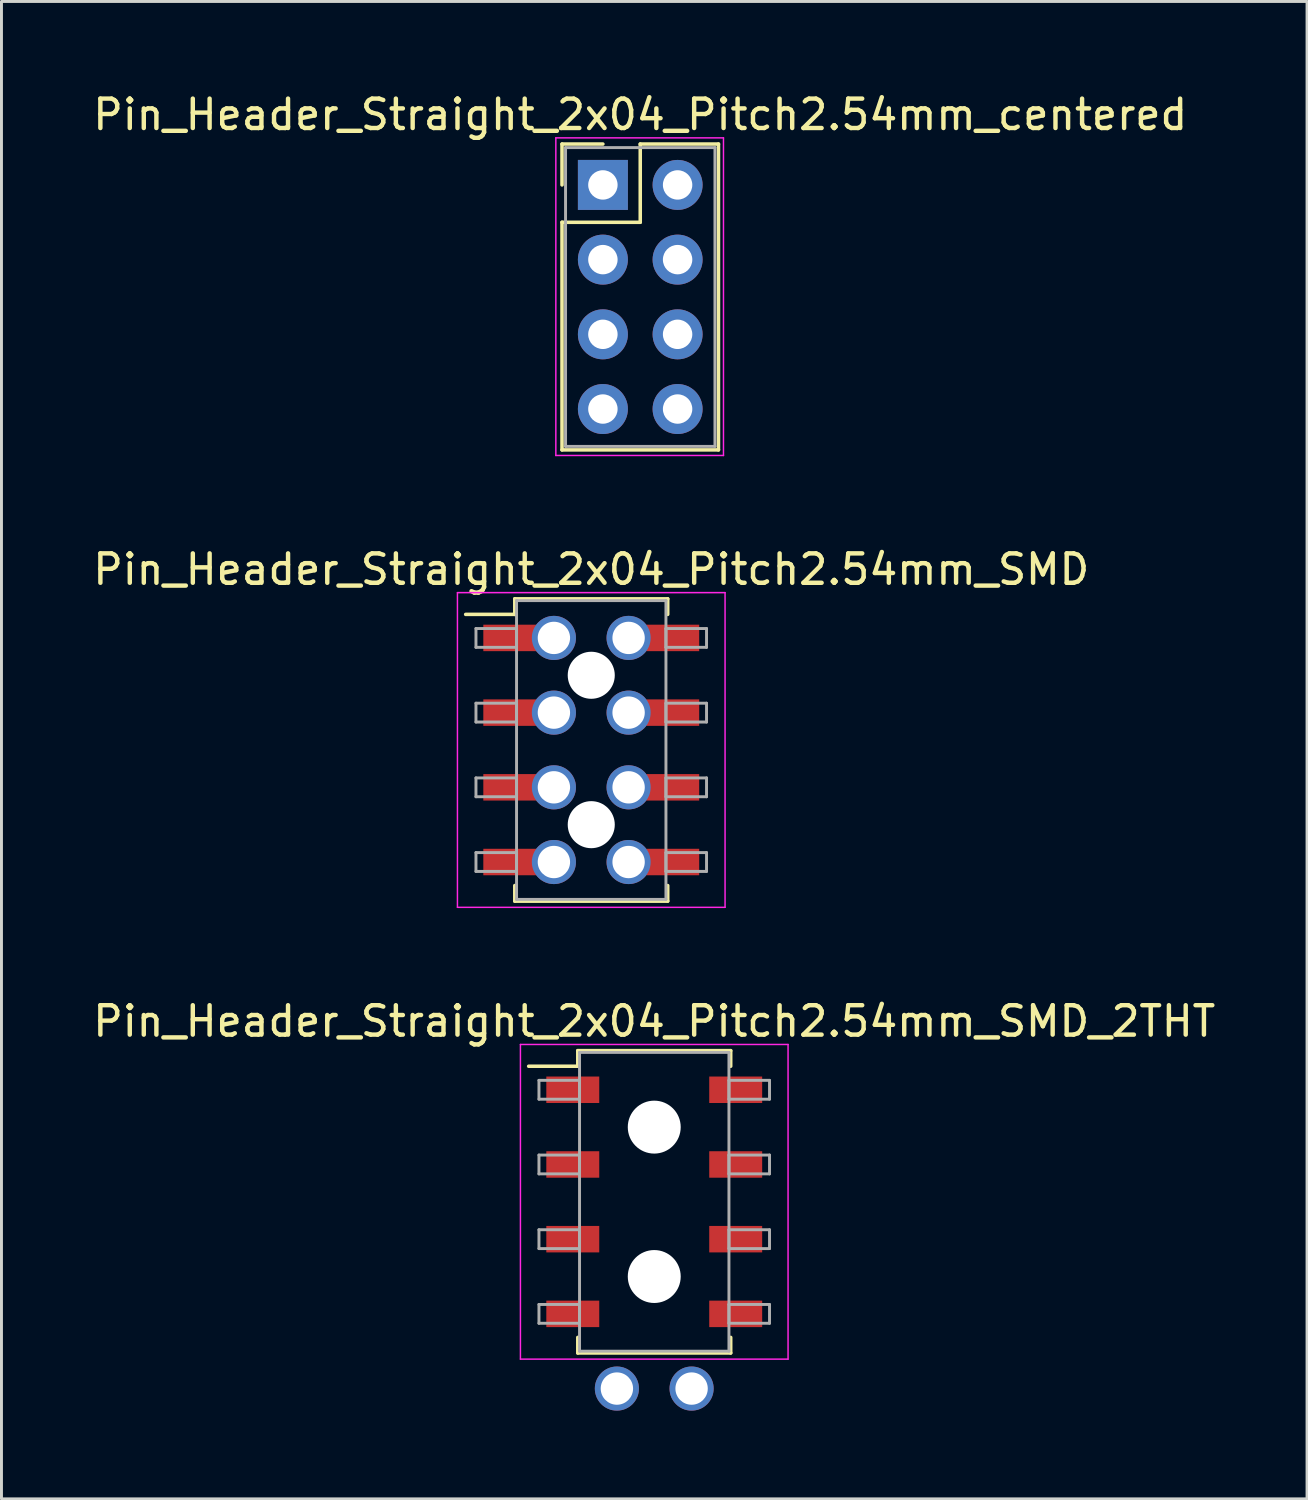
<source format=kicad_pcb>
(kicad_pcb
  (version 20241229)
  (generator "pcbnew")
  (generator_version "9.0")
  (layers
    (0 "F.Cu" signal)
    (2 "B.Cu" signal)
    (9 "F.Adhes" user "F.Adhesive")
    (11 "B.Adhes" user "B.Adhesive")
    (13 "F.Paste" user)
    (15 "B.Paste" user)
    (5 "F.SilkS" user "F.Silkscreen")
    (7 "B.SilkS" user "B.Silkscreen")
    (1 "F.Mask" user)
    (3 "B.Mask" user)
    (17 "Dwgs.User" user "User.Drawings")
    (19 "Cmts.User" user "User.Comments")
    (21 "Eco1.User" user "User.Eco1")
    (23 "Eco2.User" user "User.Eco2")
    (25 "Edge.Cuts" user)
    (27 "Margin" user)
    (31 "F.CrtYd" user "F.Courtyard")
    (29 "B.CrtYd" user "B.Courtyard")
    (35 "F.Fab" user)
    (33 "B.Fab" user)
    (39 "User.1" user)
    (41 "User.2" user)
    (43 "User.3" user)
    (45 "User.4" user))
  (footprint "Pin_Header_Straight_2x04_Pitch2.54mm_SMD_2THT"
    (layer "F.Cu")
    (at 19.196 37.815)
    (property "Reference" "Pin_Header_Straight_2x04_Pitch2.54mm_SMD_2THT" (at 0 -6.14 0) (layer "F.SilkS") (effects (font (size 1 1) (thickness 0.15))))
    (attr smd)
    (fp_line (start -4.27 -4.61) (end -2.6 -4.61) (stroke (width 0.12) (type solid)) (layer "F.SilkS"))
    (fp_line (start -2.6 -5.14) (end 2.6 -5.14) (stroke (width 0.12) (type solid)) (layer "F.SilkS"))
    (fp_line (start -2.6 -4.61) (end -2.6 -5.14) (stroke (width 0.12) (type solid)) (layer "F.SilkS"))
    (fp_line (start -2.6 4.61) (end -2.6 5.14) (stroke (width 0.12) (type solid)) (layer "F.SilkS"))
    (fp_line (start -2.6 5.14) (end 2.6 5.14) (stroke (width 0.12) (type solid)) (layer "F.SilkS"))
    (fp_line (start 2.6 -5.14) (end 2.6 -4.61) (stroke (width 0.12) (type solid)) (layer "F.SilkS"))
    (fp_line (start 2.6 5.14) (end 2.6 4.61) (stroke (width 0.12) (type solid)) (layer "F.SilkS"))
    (fp_line (start -4.55 -5.35) (end -4.55 5.35) (stroke (width 0.05) (type solid)) (layer "F.CrtYd"))
    (fp_line (start -4.55 5.35) (end 4.55 5.35) (stroke (width 0.05) (type solid)) (layer "F.CrtYd"))
    (fp_line (start 4.55 -5.35) (end -4.55 -5.35) (stroke (width 0.05) (type solid)) (layer "F.CrtYd"))
    (fp_line (start 4.55 5.35) (end 4.55 -5.35) (stroke (width 0.05) (type solid)) (layer "F.CrtYd"))
    (fp_line (start -3.92 -4.13) (end -2.54 -4.13) (stroke (width 0.1) (type solid)) (layer "F.Fab"))
    (fp_line (start -3.92 -3.49) (end -3.92 -4.13) (stroke (width 0.1) (type solid)) (layer "F.Fab"))
    (fp_line (start -3.92 -1.59) (end -2.54 -1.59) (stroke (width 0.1) (type solid)) (layer "F.Fab"))
    (fp_line (start -3.92 -0.95) (end -3.92 -1.59) (stroke (width 0.1) (type solid)) (layer "F.Fab"))
    (fp_line (start -3.92 0.95) (end -2.54 0.95) (stroke (width 0.1) (type solid)) (layer "F.Fab"))
    (fp_line (start -3.92 1.59) (end -3.92 0.95) (stroke (width 0.1) (type solid)) (layer "F.Fab"))
    (fp_line (start -3.92 3.49) (end -2.54 3.49) (stroke (width 0.1) (type solid)) (layer "F.Fab"))
    (fp_line (start -3.92 4.13) (end -3.92 3.49) (stroke (width 0.1) (type solid)) (layer "F.Fab"))
    (fp_line (start -2.54 -5.08) (end -2.54 5.08) (stroke (width 0.1) (type solid)) (layer "F.Fab"))
    (fp_line (start -2.54 -4.13) (end -2.54 -3.49) (stroke (width 0.1) (type solid)) (layer "F.Fab"))
    (fp_line (start -2.54 -3.49) (end -3.92 -3.49) (stroke (width 0.1) (type solid)) (layer "F.Fab"))
    (fp_line (start -2.54 -1.59) (end -2.54 -0.95) (stroke (width 0.1) (type solid)) (layer "F.Fab"))
    (fp_line (start -2.54 -0.95) (end -3.92 -0.95) (stroke (width 0.1) (type solid)) (layer "F.Fab"))
    (fp_line (start -2.54 0.95) (end -2.54 1.59) (stroke (width 0.1) (type solid)) (layer "F.Fab"))
    (fp_line (start -2.54 1.59) (end -3.92 1.59) (stroke (width 0.1) (type solid)) (layer "F.Fab"))
    (fp_line (start -2.54 3.49) (end -2.54 4.13) (stroke (width 0.1) (type solid)) (layer "F.Fab"))
    (fp_line (start -2.54 4.13) (end -3.92 4.13) (stroke (width 0.1) (type solid)) (layer "F.Fab"))
    (fp_line (start -2.54 5.08) (end 2.54 5.08) (stroke (width 0.1) (type solid)) (layer "F.Fab"))
    (fp_line (start 2.54 -5.08) (end -2.54 -5.08) (stroke (width 0.1) (type solid)) (layer "F.Fab"))
    (fp_line (start 2.54 -4.13) (end 2.54 -3.49) (stroke (width 0.1) (type solid)) (layer "F.Fab"))
    (fp_line (start 2.54 -3.49) (end 3.92 -3.49) (stroke (width 0.1) (type solid)) (layer "F.Fab"))
    (fp_line (start 2.54 -1.59) (end 2.54 -0.95) (stroke (width 0.1) (type solid)) (layer "F.Fab"))
    (fp_line (start 2.54 -0.95) (end 3.92 -0.95) (stroke (width 0.1) (type solid)) (layer "F.Fab"))
    (fp_line (start 2.54 0.95) (end 2.54 1.59) (stroke (width 0.1) (type solid)) (layer "F.Fab"))
    (fp_line (start 2.54 1.59) (end 3.92 1.59) (stroke (width 0.1) (type solid)) (layer "F.Fab"))
    (fp_line (start 2.54 3.49) (end 2.54 4.13) (stroke (width 0.1) (type solid)) (layer "F.Fab"))
    (fp_line (start 2.54 4.13) (end 3.92 4.13) (stroke (width 0.1) (type solid)) (layer "F.Fab"))
    (fp_line (start 2.54 5.08) (end 2.54 -5.08) (stroke (width 0.1) (type solid)) (layer "F.Fab"))
    (fp_line (start 3.92 -4.13) (end 2.54 -4.13) (stroke (width 0.1) (type solid)) (layer "F.Fab"))
    (fp_line (start 3.92 -3.49) (end 3.92 -4.13) (stroke (width 0.1) (type solid)) (layer "F.Fab"))
    (fp_line (start 3.92 -1.59) (end 2.54 -1.59) (stroke (width 0.1) (type solid)) (layer "F.Fab"))
    (fp_line (start 3.92 -0.95) (end 3.92 -1.59) (stroke (width 0.1) (type solid)) (layer "F.Fab"))
    (fp_line (start 3.92 0.95) (end 2.54 0.95) (stroke (width 0.1) (type solid)) (layer "F.Fab"))
    (fp_line (start 3.92 1.59) (end 3.92 0.95) (stroke (width 0.1) (type solid)) (layer "F.Fab"))
    (fp_line (start 3.92 3.49) (end 2.54 3.49) (stroke (width 0.1) (type solid)) (layer "F.Fab"))
    (fp_line (start 3.92 4.13) (end 3.92 3.49) (stroke (width 0.1) (type solid)) (layer "F.Fab"))
    (pad "" np_thru_hole circle (at 0 -2.54) (size 1.8 1.8) (drill 1.8) (layers "*.Cu" "*.Mask"))
    (pad "" np_thru_hole circle (at 0 2.54) (size 1.8 1.8) (drill 1.8) (layers "*.Cu" "*.Mask"))
    (pad "1" smd rect (at -2.77 -3.81) (size 1.8 0.9) (layers "F.Cu" "F.Mask"))
    (pad "2" smd rect (at 2.77 -3.81) (size 1.8 0.9) (layers "F.Cu" "F.Mask"))
    (pad "3" smd rect (at -2.77 -1.27) (size 1.8 0.9) (layers "F.Cu" "F.Mask"))
    (pad "4" smd rect (at 2.77 -1.27) (size 1.8 0.9) (layers "F.Cu" "F.Mask"))
    (pad "5" smd rect (at -2.77 1.27) (size 1.8 0.9) (layers "F.Cu" "F.Mask"))
    (pad "6" smd rect (at 2.77 1.27) (size 1.8 0.9) (layers "F.Cu" "F.Mask"))
    (pad "7" smd rect (at -2.77 3.81) (size 1.8 0.9) (layers "F.Cu" "F.Mask"))
    (pad "8" smd rect (at 2.77 3.81) (size 1.8 0.9) (layers "F.Cu" "F.Mask"))
    (pad "9" thru_hole circle (at -1.27 6.35) (size 1.5 1.5) (drill 1.1) (layers "*.Cu" "*.Mask"))
    (pad "10" thru_hole circle (at 1.27 6.35) (size 1.5 1.5) (drill 1.1) (layers "*.Cu" "*.Mask")))
  (footprint "Pin_Header_Straight_2x04_Pitch2.54mm_centered"
    (layer "F.Cu")
    (at 18.72 7.048)
    (property "Reference" "Pin_Header_Straight_2x04_Pitch2.54mm_centered" (at 0 -6.2 0) (layer "F.SilkS") (effects (font (size 1 1) (thickness 0.15))))
    (attr through_hole)
    (fp_line (start -2.66 -5.2) (end -1.27 -5.2) (stroke (width 0.12) (type solid)) (layer "F.SilkS"))
    (fp_line (start -2.66 -3.81) (end -2.66 -5.2) (stroke (width 0.12) (type solid)) (layer "F.SilkS"))
    (fp_line (start -2.66 -2.54) (end -2.66 5.2) (stroke (width 0.12) (type solid)) (layer "F.SilkS"))
    (fp_line (start -2.66 5.2) (end 2.66 5.2) (stroke (width 0.12) (type solid)) (layer "F.SilkS"))
    (fp_line (start 0 -5.2) (end 0 -2.54) (stroke (width 0.12) (type solid)) (layer "F.SilkS"))
    (fp_line (start 0 -2.54) (end -2.66 -2.54) (stroke (width 0.12) (type solid)) (layer "F.SilkS"))
    (fp_line (start 2.66 -5.2) (end 0 -5.2) (stroke (width 0.12) (type solid)) (layer "F.SilkS"))
    (fp_line (start 2.66 5.2) (end 2.66 -5.2) (stroke (width 0.12) (type solid)) (layer "F.SilkS"))
    (fp_line (start -2.87 -5.41) (end -2.87 5.39) (stroke (width 0.05) (type solid)) (layer "F.CrtYd"))
    (fp_line (start -2.87 5.39) (end 2.83 5.39) (stroke (width 0.05) (type solid)) (layer "F.CrtYd"))
    (fp_line (start 2.83 -5.41) (end -2.87 -5.41) (stroke (width 0.05) (type solid)) (layer "F.CrtYd"))
    (fp_line (start 2.83 5.39) (end 2.83 -5.41) (stroke (width 0.05) (type solid)) (layer "F.CrtYd"))
    (fp_line (start -2.54 -5.08) (end -2.54 5.08) (stroke (width 0.1) (type solid)) (layer "F.Fab"))
    (fp_line (start -2.54 5.08) (end 2.54 5.08) (stroke (width 0.1) (type solid)) (layer "F.Fab"))
    (fp_line (start 2.54 -5.08) (end -2.54 -5.08) (stroke (width 0.1) (type solid)) (layer "F.Fab"))
    (fp_line (start 2.54 5.08) (end 2.54 -5.08) (stroke (width 0.1) (type solid)) (layer "F.Fab"))
    (pad "1" thru_hole rect (at -1.27 -3.81) (size 1.7 1.7) (drill 1) (layers "*.Cu" "*.Mask"))
    (pad "2" thru_hole oval (at 1.27 -3.81) (size 1.7 1.7) (drill 1) (layers "*.Cu" "*.Mask"))
    (pad "3" thru_hole oval (at -1.27 -1.27) (size 1.7 1.7) (drill 1) (layers "*.Cu" "*.Mask"))
    (pad "4" thru_hole oval (at 1.27 -1.27) (size 1.7 1.7) (drill 1) (layers "*.Cu" "*.Mask"))
    (pad "5" thru_hole oval (at -1.27 1.27) (size 1.7 1.7) (drill 1) (layers "*.Cu" "*.Mask"))
    (pad "6" thru_hole oval (at 1.27 1.27) (size 1.7 1.7) (drill 1) (layers "*.Cu" "*.Mask"))
    (pad "7" thru_hole oval (at -1.27 3.81) (size 1.7 1.7) (drill 1) (layers "*.Cu" "*.Mask"))
    (pad "8" thru_hole oval (at 1.27 3.81) (size 1.7 1.7) (drill 1) (layers "*.Cu" "*.Mask")))
  (footprint "Pin_Header_Straight_2x04_Pitch2.54mm_SMD"
    (layer "F.Cu")
    (at 17.054 22.451)
    (property "Reference" "Pin_Header_Straight_2x04_Pitch2.54mm_SMD" (at 0 -6.14 0) (layer "F.SilkS") (effects (font (size 1 1) (thickness 0.15))))
    (attr smd)
    (fp_line (start -4.27 -4.61) (end -2.6 -4.61) (stroke (width 0.12) (type solid)) (layer "F.SilkS"))
    (fp_line (start -2.6 -5.14) (end 2.6 -5.14) (stroke (width 0.12) (type solid)) (layer "F.SilkS"))
    (fp_line (start -2.6 -4.61) (end -2.6 -5.14) (stroke (width 0.12) (type solid)) (layer "F.SilkS"))
    (fp_line (start -2.6 4.61) (end -2.6 5.14) (stroke (width 0.12) (type solid)) (layer "F.SilkS"))
    (fp_line (start -2.6 5.14) (end 2.6 5.14) (stroke (width 0.12) (type solid)) (layer "F.SilkS"))
    (fp_line (start 2.6 -5.14) (end 2.6 -4.61) (stroke (width 0.12) (type solid)) (layer "F.SilkS"))
    (fp_line (start 2.6 5.14) (end 2.6 4.61) (stroke (width 0.12) (type solid)) (layer "F.SilkS"))
    (fp_line (start -4.55 -5.35) (end -4.55 5.35) (stroke (width 0.05) (type solid)) (layer "F.CrtYd"))
    (fp_line (start -4.55 5.35) (end 4.55 5.35) (stroke (width 0.05) (type solid)) (layer "F.CrtYd"))
    (fp_line (start 4.55 -5.35) (end -4.55 -5.35) (stroke (width 0.05) (type solid)) (layer "F.CrtYd"))
    (fp_line (start 4.55 5.35) (end 4.55 -5.35) (stroke (width 0.05) (type solid)) (layer "F.CrtYd"))
    (fp_line (start -3.92 -4.13) (end -2.54 -4.13) (stroke (width 0.1) (type solid)) (layer "F.Fab"))
    (fp_line (start -3.92 -3.49) (end -3.92 -4.13) (stroke (width 0.1) (type solid)) (layer "F.Fab"))
    (fp_line (start -3.92 -1.59) (end -2.54 -1.59) (stroke (width 0.1) (type solid)) (layer "F.Fab"))
    (fp_line (start -3.92 -0.95) (end -3.92 -1.59) (stroke (width 0.1) (type solid)) (layer "F.Fab"))
    (fp_line (start -3.92 0.95) (end -2.54 0.95) (stroke (width 0.1) (type solid)) (layer "F.Fab"))
    (fp_line (start -3.92 1.59) (end -3.92 0.95) (stroke (width 0.1) (type solid)) (layer "F.Fab"))
    (fp_line (start -3.92 3.49) (end -2.54 3.49) (stroke (width 0.1) (type solid)) (layer "F.Fab"))
    (fp_line (start -3.92 4.13) (end -3.92 3.49) (stroke (width 0.1) (type solid)) (layer "F.Fab"))
    (fp_line (start -2.54 -5.08) (end -2.54 5.08) (stroke (width 0.1) (type solid)) (layer "F.Fab"))
    (fp_line (start -2.54 -4.13) (end -2.54 -3.49) (stroke (width 0.1) (type solid)) (layer "F.Fab"))
    (fp_line (start -2.54 -3.49) (end -3.92 -3.49) (stroke (width 0.1) (type solid)) (layer "F.Fab"))
    (fp_line (start -2.54 -1.59) (end -2.54 -0.95) (stroke (width 0.1) (type solid)) (layer "F.Fab"))
    (fp_line (start -2.54 -0.95) (end -3.92 -0.95) (stroke (width 0.1) (type solid)) (layer "F.Fab"))
    (fp_line (start -2.54 0.95) (end -2.54 1.59) (stroke (width 0.1) (type solid)) (layer "F.Fab"))
    (fp_line (start -2.54 1.59) (end -3.92 1.59) (stroke (width 0.1) (type solid)) (layer "F.Fab"))
    (fp_line (start -2.54 3.49) (end -2.54 4.13) (stroke (width 0.1) (type solid)) (layer "F.Fab"))
    (fp_line (start -2.54 4.13) (end -3.92 4.13) (stroke (width 0.1) (type solid)) (layer "F.Fab"))
    (fp_line (start -2.54 5.08) (end 2.54 5.08) (stroke (width 0.1) (type solid)) (layer "F.Fab"))
    (fp_line (start 2.54 -5.08) (end -2.54 -5.08) (stroke (width 0.1) (type solid)) (layer "F.Fab"))
    (fp_line (start 2.54 -4.13) (end 2.54 -3.49) (stroke (width 0.1) (type solid)) (layer "F.Fab"))
    (fp_line (start 2.54 -3.49) (end 3.92 -3.49) (stroke (width 0.1) (type solid)) (layer "F.Fab"))
    (fp_line (start 2.54 -1.59) (end 2.54 -0.95) (stroke (width 0.1) (type solid)) (layer "F.Fab"))
    (fp_line (start 2.54 -0.95) (end 3.92 -0.95) (stroke (width 0.1) (type solid)) (layer "F.Fab"))
    (fp_line (start 2.54 0.95) (end 2.54 1.59) (stroke (width 0.1) (type solid)) (layer "F.Fab"))
    (fp_line (start 2.54 1.59) (end 3.92 1.59) (stroke (width 0.1) (type solid)) (layer "F.Fab"))
    (fp_line (start 2.54 3.49) (end 2.54 4.13) (stroke (width 0.1) (type solid)) (layer "F.Fab"))
    (fp_line (start 2.54 4.13) (end 3.92 4.13) (stroke (width 0.1) (type solid)) (layer "F.Fab"))
    (fp_line (start 2.54 5.08) (end 2.54 -5.08) (stroke (width 0.1) (type solid)) (layer "F.Fab"))
    (fp_line (start 3.92 -4.13) (end 2.54 -4.13) (stroke (width 0.1) (type solid)) (layer "F.Fab"))
    (fp_line (start 3.92 -3.49) (end 3.92 -4.13) (stroke (width 0.1) (type solid)) (layer "F.Fab"))
    (fp_line (start 3.92 -1.59) (end 2.54 -1.59) (stroke (width 0.1) (type solid)) (layer "F.Fab"))
    (fp_line (start 3.92 -0.95) (end 3.92 -1.59) (stroke (width 0.1) (type solid)) (layer "F.Fab"))
    (fp_line (start 3.92 0.95) (end 2.54 0.95) (stroke (width 0.1) (type solid)) (layer "F.Fab"))
    (fp_line (start 3.92 1.59) (end 3.92 0.95) (stroke (width 0.1) (type solid)) (layer "F.Fab"))
    (fp_line (start 3.92 3.49) (end 2.54 3.49) (stroke (width 0.1) (type solid)) (layer "F.Fab"))
    (fp_line (start 3.92 4.13) (end 3.92 3.49) (stroke (width 0.1) (type solid)) (layer "F.Fab"))
    (pad "" np_thru_hole circle (at 0 -2.54) (size 1.6 1.6) (drill 1.6) (layers "*.Cu" "*.Mask"))
    (pad "" np_thru_hole circle (at 0 2.54) (size 1.6 1.6) (drill 1.6) (layers "*.Cu" "*.Mask"))
    (pad "1" smd rect (at -2.77 -3.81) (size 1.8 0.9) (layers "F.Cu" "F.Mask"))
    (pad "1" thru_hole circle (at -1.27 -3.81) (size 1.5 1.5) (drill 1.1) (layers "*.Cu" "*.Mask"))
    (pad "2" thru_hole circle (at 1.27 -3.81) (size 1.5 1.5) (drill 1.1) (layers "*.Cu" "*.Mask"))
    (pad "2" smd rect (at 2.77 -3.81) (size 1.8 0.9) (layers "F.Cu" "F.Mask"))
    (pad "3" smd rect (at -2.77 -1.27) (size 1.8 0.9) (layers "F.Cu" "F.Mask"))
    (pad "3" thru_hole circle (at -1.27 -1.27) (size 1.5 1.5) (drill 1.1) (layers "*.Cu" "*.Mask"))
    (pad "4" thru_hole circle (at 1.27 -1.27) (size 1.5 1.5) (drill 1.1) (layers "*.Cu" "*.Mask"))
    (pad "4" smd rect (at 2.77 -1.27) (size 1.8 0.9) (layers "F.Cu" "F.Mask"))
    (pad "5" smd rect (at -2.77 1.27) (size 1.8 0.9) (layers "F.Cu" "F.Mask"))
    (pad "5" thru_hole circle (at -1.27 1.27) (size 1.5 1.5) (drill 1.1) (layers "*.Cu" "*.Mask"))
    (pad "6" thru_hole circle (at 1.27 1.27) (size 1.5 1.5) (drill 1.1) (layers "*.Cu" "*.Mask"))
    (pad "6" smd rect (at 2.77 1.27) (size 1.8 0.9) (layers "F.Cu" "F.Mask"))
    (pad "7" smd rect (at -2.77 3.81) (size 1.8 0.9) (layers "F.Cu" "F.Mask"))
    (pad "7" thru_hole circle (at -1.27 3.81) (size 1.5 1.5) (drill 1.1) (layers "*.Cu" "*.Mask"))
    (pad "8" thru_hole circle (at 1.27 3.81) (size 1.5 1.5) (drill 1.1) (layers "*.Cu" "*.Mask"))
    (pad "8" smd rect (at 2.77 3.81) (size 1.8 0.9) (layers "F.Cu" "F.Mask")))
  (gr_rect
    (start -3 -3)
    (end 41.393 47.915)
    (stroke (width 0.1) (type default))
    (fill no)
    (layer "Edge.Cuts")))
</source>
